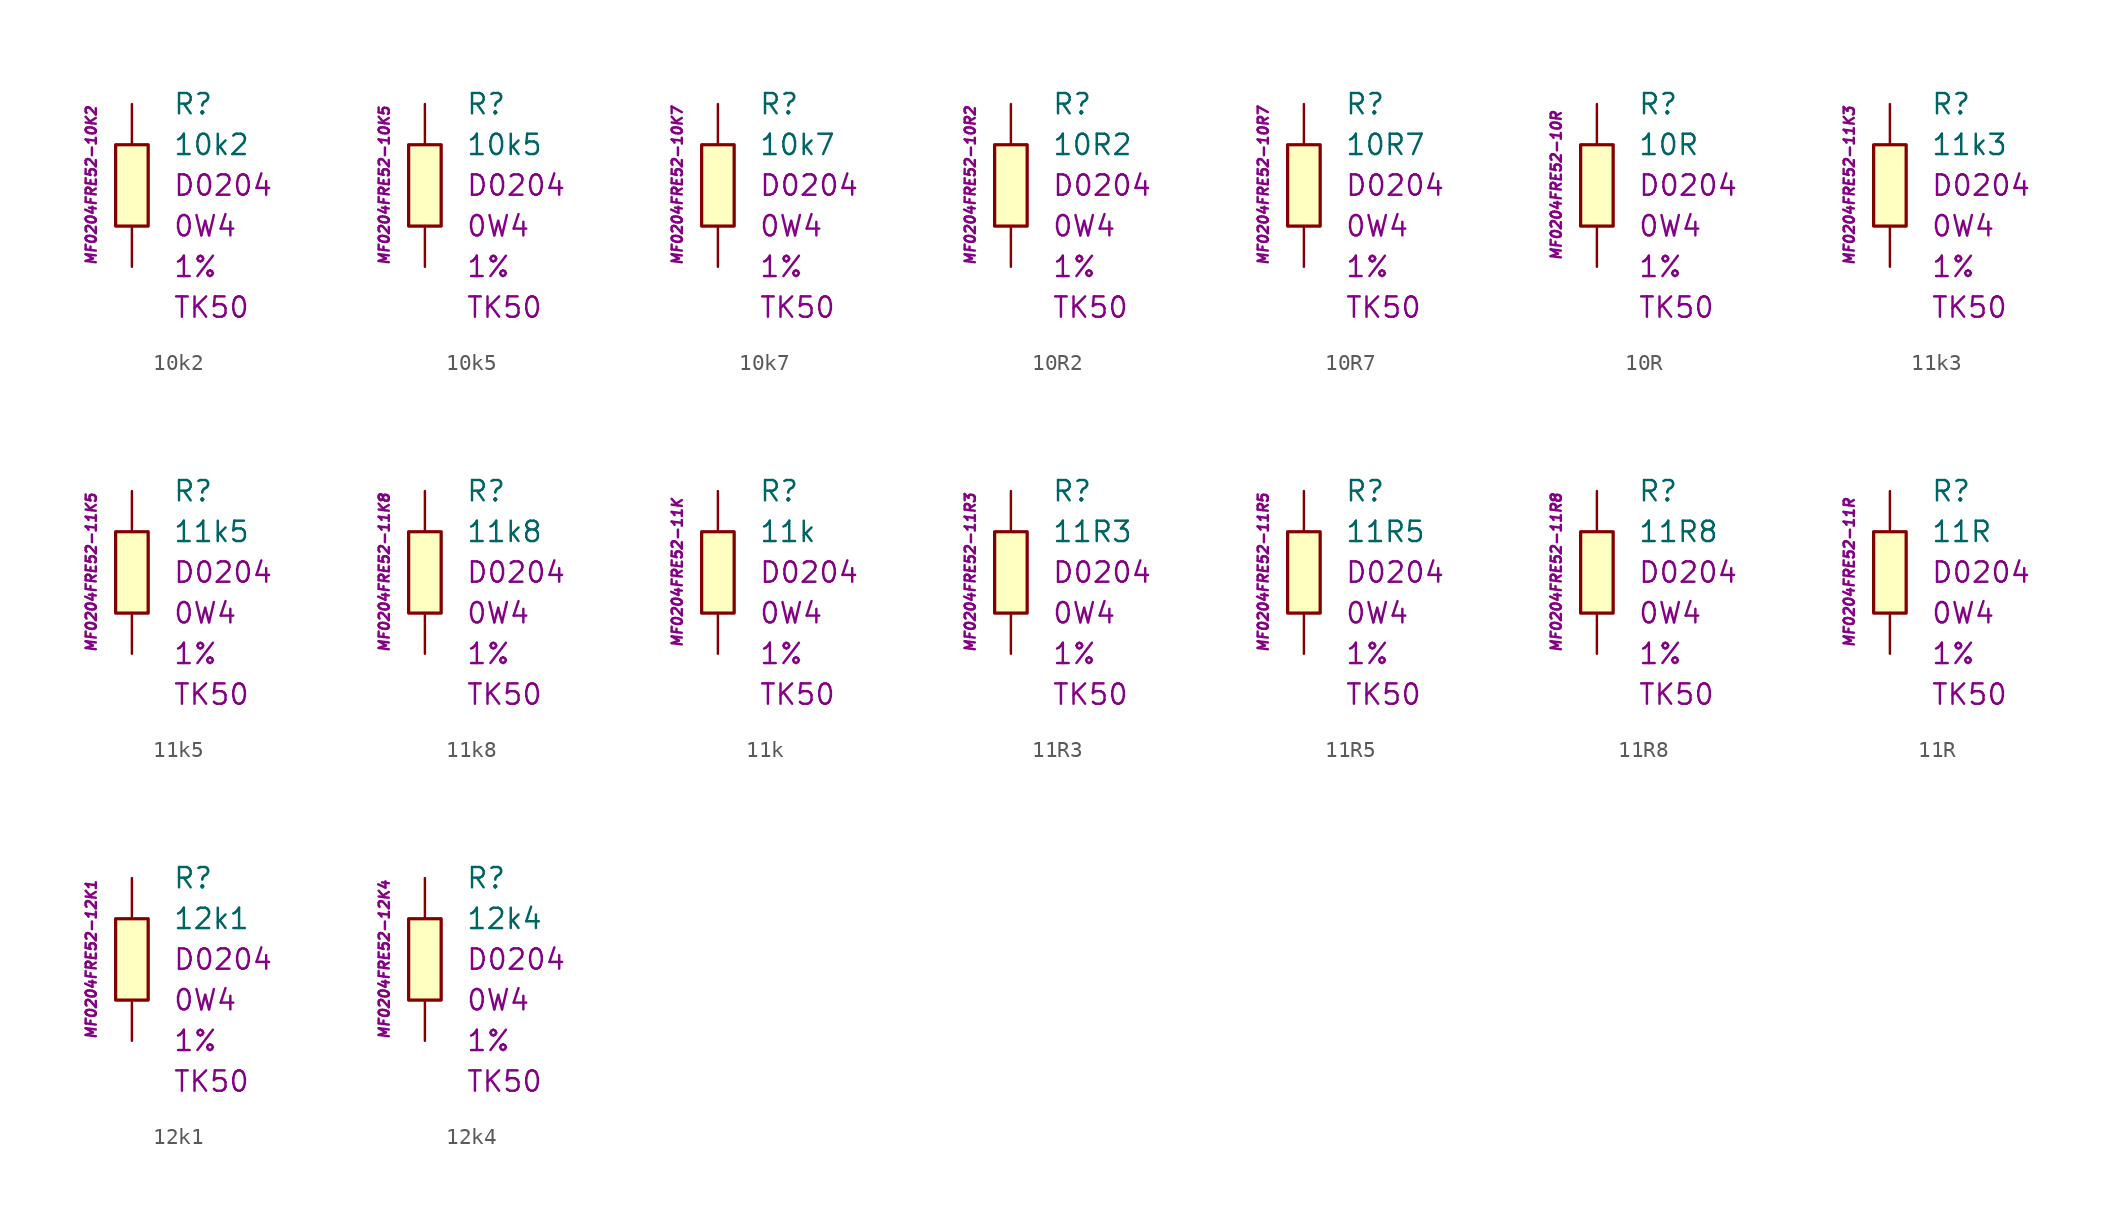
<source format=kicad_sym>
(kicad_symbol_lib
  (version 20201005)
  (generator kicad_symbol_editor)
  (symbol "10k2"
    (pin_numbers hide)
    (pin_names
      (offset 1.016) hide)
    (property "Reference" "R"
      (at 2.54 5.08 0)
      (effects (font (size 1.27 1.27)) (justify left)))
    (property "Value" "10k2"
      (at 2.54 2.54 0)
      (effects (font (size 1.27 1.27)) (justify left)))
    (property "Package" "D0204"
      (at 2.54 0 0)
      (effects (font (size 1.27 1.27)) (justify left)))
    (property "Power" "0W4"
      (at 2.54 -2.54 0)
      (effects (font (size 1.27 1.27)) (justify left)))
    (property "Tolerance" "1%"
      (at 2.54 -5.08 0)
      (effects (font (size 1.27 1.27)) (justify left)))
    (property "TK" "TK50"
      (at 2.54 -7.62 0)
      (effects (font (size 1.27 1.27)) (justify left)))
    (property "ID" "MF0204FRE52-10K2"
      (at -2.54 0 90)
      (effects (font (size 0.635 0.635) italic)))
    (symbol "10k2_0_1"
      (rectangle (start -1.016 2.54) (end 1.016 -2.54) (stroke (width 0.203)) (fill (type background))))
    (symbol "10k2_1_1"
      (pin passive line (at 0 5.08 270) (length 2.54) (name "~" (effects (font (size 1.778 1.778)))) (number "1" (effects (font (size 1.778 1.778)))))
      (pin passive line (at 0 -5.08 90) (length 2.54) (name "~" (effects (font (size 1.778 1.778)))) (number "2" (effects (font (size 1.778 1.778)))))))
  (symbol "10k5"
    (pin_numbers hide)
    (pin_names
      (offset 1.016) hide)
    (property "Reference" "R"
      (at 2.54 5.08 0)
      (effects (font (size 1.27 1.27)) (justify left)))
    (property "Value" "10k5"
      (at 2.54 2.54 0)
      (effects (font (size 1.27 1.27)) (justify left)))
    (property "Package" "D0204"
      (at 2.54 0 0)
      (effects (font (size 1.27 1.27)) (justify left)))
    (property "Power" "0W4"
      (at 2.54 -2.54 0)
      (effects (font (size 1.27 1.27)) (justify left)))
    (property "Tolerance" "1%"
      (at 2.54 -5.08 0)
      (effects (font (size 1.27 1.27)) (justify left)))
    (property "TK" "TK50"
      (at 2.54 -7.62 0)
      (effects (font (size 1.27 1.27)) (justify left)))
    (property "ID" "MF0204FRE52-10K5"
      (at -2.54 0 90)
      (effects (font (size 0.635 0.635) italic)))
    (symbol "10k5_0_1"
      (rectangle (start -1.016 2.54) (end 1.016 -2.54) (stroke (width 0.203)) (fill (type background))))
    (symbol "10k5_1_1"
      (pin passive line (at 0 5.08 270) (length 2.54) (name "~" (effects (font (size 1.778 1.778)))) (number "1" (effects (font (size 1.778 1.778)))))
      (pin passive line (at 0 -5.08 90) (length 2.54) (name "~" (effects (font (size 1.778 1.778)))) (number "2" (effects (font (size 1.778 1.778)))))))
  (symbol "10k7"
    (pin_numbers hide)
    (pin_names
      (offset 1.016) hide)
    (property "Reference" "R"
      (at 2.54 5.08 0)
      (effects (font (size 1.27 1.27)) (justify left)))
    (property "Value" "10k7"
      (at 2.54 2.54 0)
      (effects (font (size 1.27 1.27)) (justify left)))
    (property "Package" "D0204"
      (at 2.54 0 0)
      (effects (font (size 1.27 1.27)) (justify left)))
    (property "Power" "0W4"
      (at 2.54 -2.54 0)
      (effects (font (size 1.27 1.27)) (justify left)))
    (property "Tolerance" "1%"
      (at 2.54 -5.08 0)
      (effects (font (size 1.27 1.27)) (justify left)))
    (property "TK" "TK50"
      (at 2.54 -7.62 0)
      (effects (font (size 1.27 1.27)) (justify left)))
    (property "ID" "MF0204FRE52-10K7"
      (at -2.54 0 90)
      (effects (font (size 0.635 0.635) italic)))
    (symbol "10k7_0_1"
      (rectangle (start -1.016 2.54) (end 1.016 -2.54) (stroke (width 0.203)) (fill (type background))))
    (symbol "10k7_1_1"
      (pin passive line (at 0 5.08 270) (length 2.54) (name "~" (effects (font (size 1.778 1.778)))) (number "1" (effects (font (size 1.778 1.778)))))
      (pin passive line (at 0 -5.08 90) (length 2.54) (name "~" (effects (font (size 1.778 1.778)))) (number "2" (effects (font (size 1.778 1.778)))))))
  (symbol "10R2"
    (pin_numbers hide)
    (pin_names
      (offset 1.016) hide)
    (property "Reference" "R"
      (at 2.54 5.08 0)
      (effects (font (size 1.27 1.27)) (justify left)))
    (property "Value" "10R2"
      (at 2.54 2.54 0)
      (effects (font (size 1.27 1.27)) (justify left)))
    (property "Package" "D0204"
      (at 2.54 0 0)
      (effects (font (size 1.27 1.27)) (justify left)))
    (property "Power" "0W4"
      (at 2.54 -2.54 0)
      (effects (font (size 1.27 1.27)) (justify left)))
    (property "Tolerance" "1%"
      (at 2.54 -5.08 0)
      (effects (font (size 1.27 1.27)) (justify left)))
    (property "TK" "TK50"
      (at 2.54 -7.62 0)
      (effects (font (size 1.27 1.27)) (justify left)))
    (property "ID" "MF0204FRE52-10R2"
      (at -2.54 0 90)
      (effects (font (size 0.635 0.635) italic)))
    (symbol "10R2_0_1"
      (rectangle (start -1.016 2.54) (end 1.016 -2.54) (stroke (width 0.203)) (fill (type background))))
    (symbol "10R2_1_1"
      (pin passive line (at 0 5.08 270) (length 2.54) (name "~" (effects (font (size 1.778 1.778)))) (number "1" (effects (font (size 1.778 1.778)))))
      (pin passive line (at 0 -5.08 90) (length 2.54) (name "~" (effects (font (size 1.778 1.778)))) (number "2" (effects (font (size 1.778 1.778)))))))
  (symbol "10R7"
    (pin_numbers hide)
    (pin_names
      (offset 1.016) hide)
    (property "Reference" "R"
      (at 2.54 5.08 0)
      (effects (font (size 1.27 1.27)) (justify left)))
    (property "Value" "10R7"
      (at 2.54 2.54 0)
      (effects (font (size 1.27 1.27)) (justify left)))
    (property "Package" "D0204"
      (at 2.54 0 0)
      (effects (font (size 1.27 1.27)) (justify left)))
    (property "Power" "0W4"
      (at 2.54 -2.54 0)
      (effects (font (size 1.27 1.27)) (justify left)))
    (property "Tolerance" "1%"
      (at 2.54 -5.08 0)
      (effects (font (size 1.27 1.27)) (justify left)))
    (property "TK" "TK50"
      (at 2.54 -7.62 0)
      (effects (font (size 1.27 1.27)) (justify left)))
    (property "ID" "MF0204FRE52-10R7"
      (at -2.54 0 90)
      (effects (font (size 0.635 0.635) italic)))
    (symbol "10R7_0_1"
      (rectangle (start -1.016 2.54) (end 1.016 -2.54) (stroke (width 0.203)) (fill (type background))))
    (symbol "10R7_1_1"
      (pin passive line (at 0 5.08 270) (length 2.54) (name "~" (effects (font (size 1.778 1.778)))) (number "1" (effects (font (size 1.778 1.778)))))
      (pin passive line (at 0 -5.08 90) (length 2.54) (name "~" (effects (font (size 1.778 1.778)))) (number "2" (effects (font (size 1.778 1.778)))))))
  (symbol "10R"
    (pin_numbers hide)
    (pin_names
      (offset 1.016) hide)
    (property "Reference" "R"
      (at 2.54 5.08 0)
      (effects (font (size 1.27 1.27)) (justify left)))
    (property "Value" "10R"
      (at 2.54 2.54 0)
      (effects (font (size 1.27 1.27)) (justify left)))
    (property "Package" "D0204"
      (at 2.54 0 0)
      (effects (font (size 1.27 1.27)) (justify left)))
    (property "Power" "0W4"
      (at 2.54 -2.54 0)
      (effects (font (size 1.27 1.27)) (justify left)))
    (property "Tolerance" "1%"
      (at 2.54 -5.08 0)
      (effects (font (size 1.27 1.27)) (justify left)))
    (property "TK" "TK50"
      (at 2.54 -7.62 0)
      (effects (font (size 1.27 1.27)) (justify left)))
    (property "ID" "MF0204FRE52-10R"
      (at -2.54 0 90)
      (effects (font (size 0.635 0.635) italic)))
    (symbol "10R_0_1"
      (rectangle (start -1.016 2.54) (end 1.016 -2.54) (stroke (width 0.203)) (fill (type background))))
    (symbol "10R_1_1"
      (pin passive line (at 0 5.08 270) (length 2.54) (name "~" (effects (font (size 1.778 1.778)))) (number "1" (effects (font (size 1.778 1.778)))))
      (pin passive line (at 0 -5.08 90) (length 2.54) (name "~" (effects (font (size 1.778 1.778)))) (number "2" (effects (font (size 1.778 1.778)))))))
  (symbol "11k3"
    (pin_numbers hide)
    (pin_names
      (offset 1.016) hide)
    (property "Reference" "R"
      (at 2.54 5.08 0)
      (effects (font (size 1.27 1.27)) (justify left)))
    (property "Value" "11k3"
      (at 2.54 2.54 0)
      (effects (font (size 1.27 1.27)) (justify left)))
    (property "Package" "D0204"
      (at 2.54 0 0)
      (effects (font (size 1.27 1.27)) (justify left)))
    (property "Power" "0W4"
      (at 2.54 -2.54 0)
      (effects (font (size 1.27 1.27)) (justify left)))
    (property "Tolerance" "1%"
      (at 2.54 -5.08 0)
      (effects (font (size 1.27 1.27)) (justify left)))
    (property "TK" "TK50"
      (at 2.54 -7.62 0)
      (effects (font (size 1.27 1.27)) (justify left)))
    (property "ID" "MF0204FRE52-11K3"
      (at -2.54 0 90)
      (effects (font (size 0.635 0.635) italic)))
    (symbol "11k3_0_1"
      (rectangle (start -1.016 2.54) (end 1.016 -2.54) (stroke (width 0.203)) (fill (type background))))
    (symbol "11k3_1_1"
      (pin passive line (at 0 5.08 270) (length 2.54) (name "~" (effects (font (size 1.778 1.778)))) (number "1" (effects (font (size 1.778 1.778)))))
      (pin passive line (at 0 -5.08 90) (length 2.54) (name "~" (effects (font (size 1.778 1.778)))) (number "2" (effects (font (size 1.778 1.778)))))))
  (symbol "11k5"
    (pin_numbers hide)
    (pin_names
      (offset 1.016) hide)
    (property "Reference" "R"
      (at 2.54 5.08 0)
      (effects (font (size 1.27 1.27)) (justify left)))
    (property "Value" "11k5"
      (at 2.54 2.54 0)
      (effects (font (size 1.27 1.27)) (justify left)))
    (property "Package" "D0204"
      (at 2.54 0 0)
      (effects (font (size 1.27 1.27)) (justify left)))
    (property "Power" "0W4"
      (at 2.54 -2.54 0)
      (effects (font (size 1.27 1.27)) (justify left)))
    (property "Tolerance" "1%"
      (at 2.54 -5.08 0)
      (effects (font (size 1.27 1.27)) (justify left)))
    (property "TK" "TK50"
      (at 2.54 -7.62 0)
      (effects (font (size 1.27 1.27)) (justify left)))
    (property "ID" "MF0204FRE52-11K5"
      (at -2.54 0 90)
      (effects (font (size 0.635 0.635) italic)))
    (symbol "11k5_0_1"
      (rectangle (start -1.016 2.54) (end 1.016 -2.54) (stroke (width 0.203)) (fill (type background))))
    (symbol "11k5_1_1"
      (pin passive line (at 0 5.08 270) (length 2.54) (name "~" (effects (font (size 1.778 1.778)))) (number "1" (effects (font (size 1.778 1.778)))))
      (pin passive line (at 0 -5.08 90) (length 2.54) (name "~" (effects (font (size 1.778 1.778)))) (number "2" (effects (font (size 1.778 1.778)))))))
  (symbol "11k8"
    (pin_numbers hide)
    (pin_names
      (offset 1.016) hide)
    (property "Reference" "R"
      (at 2.54 5.08 0)
      (effects (font (size 1.27 1.27)) (justify left)))
    (property "Value" "11k8"
      (at 2.54 2.54 0)
      (effects (font (size 1.27 1.27)) (justify left)))
    (property "Package" "D0204"
      (at 2.54 0 0)
      (effects (font (size 1.27 1.27)) (justify left)))
    (property "Power" "0W4"
      (at 2.54 -2.54 0)
      (effects (font (size 1.27 1.27)) (justify left)))
    (property "Tolerance" "1%"
      (at 2.54 -5.08 0)
      (effects (font (size 1.27 1.27)) (justify left)))
    (property "TK" "TK50"
      (at 2.54 -7.62 0)
      (effects (font (size 1.27 1.27)) (justify left)))
    (property "ID" "MF0204FRE52-11K8"
      (at -2.54 0 90)
      (effects (font (size 0.635 0.635) italic)))
    (symbol "11k8_0_1"
      (rectangle (start -1.016 2.54) (end 1.016 -2.54) (stroke (width 0.203)) (fill (type background))))
    (symbol "11k8_1_1"
      (pin passive line (at 0 5.08 270) (length 2.54) (name "~" (effects (font (size 1.778 1.778)))) (number "1" (effects (font (size 1.778 1.778)))))
      (pin passive line (at 0 -5.08 90) (length 2.54) (name "~" (effects (font (size 1.778 1.778)))) (number "2" (effects (font (size 1.778 1.778)))))))
  (symbol "11k"
    (pin_numbers hide)
    (pin_names
      (offset 1.016) hide)
    (property "Reference" "R"
      (at 2.54 5.08 0)
      (effects (font (size 1.27 1.27)) (justify left)))
    (property "Value" "11k"
      (at 2.54 2.54 0)
      (effects (font (size 1.27 1.27)) (justify left)))
    (property "Package" "D0204"
      (at 2.54 0 0)
      (effects (font (size 1.27 1.27)) (justify left)))
    (property "Power" "0W4"
      (at 2.54 -2.54 0)
      (effects (font (size 1.27 1.27)) (justify left)))
    (property "Tolerance" "1%"
      (at 2.54 -5.08 0)
      (effects (font (size 1.27 1.27)) (justify left)))
    (property "TK" "TK50"
      (at 2.54 -7.62 0)
      (effects (font (size 1.27 1.27)) (justify left)))
    (property "ID" "MF0204FRE52-11K"
      (at -2.54 0 90)
      (effects (font (size 0.635 0.635) italic)))
    (symbol "11k_0_1"
      (rectangle (start -1.016 2.54) (end 1.016 -2.54) (stroke (width 0.203)) (fill (type background))))
    (symbol "11k_1_1"
      (pin passive line (at 0 5.08 270) (length 2.54) (name "~" (effects (font (size 1.778 1.778)))) (number "1" (effects (font (size 1.778 1.778)))))
      (pin passive line (at 0 -5.08 90) (length 2.54) (name "~" (effects (font (size 1.778 1.778)))) (number "2" (effects (font (size 1.778 1.778)))))))
  (symbol "11R3"
    (pin_numbers hide)
    (pin_names
      (offset 1.016) hide)
    (property "Reference" "R"
      (at 2.54 5.08 0)
      (effects (font (size 1.27 1.27)) (justify left)))
    (property "Value" "11R3"
      (at 2.54 2.54 0)
      (effects (font (size 1.27 1.27)) (justify left)))
    (property "Package" "D0204"
      (at 2.54 0 0)
      (effects (font (size 1.27 1.27)) (justify left)))
    (property "Power" "0W4"
      (at 2.54 -2.54 0)
      (effects (font (size 1.27 1.27)) (justify left)))
    (property "Tolerance" "1%"
      (at 2.54 -5.08 0)
      (effects (font (size 1.27 1.27)) (justify left)))
    (property "TK" "TK50"
      (at 2.54 -7.62 0)
      (effects (font (size 1.27 1.27)) (justify left)))
    (property "ID" "MF0204FRE52-11R3"
      (at -2.54 0 90)
      (effects (font (size 0.635 0.635) italic)))
    (symbol "11R3_0_1"
      (rectangle (start -1.016 2.54) (end 1.016 -2.54) (stroke (width 0.203)) (fill (type background))))
    (symbol "11R3_1_1"
      (pin passive line (at 0 5.08 270) (length 2.54) (name "~" (effects (font (size 1.778 1.778)))) (number "1" (effects (font (size 1.778 1.778)))))
      (pin passive line (at 0 -5.08 90) (length 2.54) (name "~" (effects (font (size 1.778 1.778)))) (number "2" (effects (font (size 1.778 1.778)))))))
  (symbol "11R5"
    (pin_numbers hide)
    (pin_names
      (offset 1.016) hide)
    (property "Reference" "R"
      (at 2.54 5.08 0)
      (effects (font (size 1.27 1.27)) (justify left)))
    (property "Value" "11R5"
      (at 2.54 2.54 0)
      (effects (font (size 1.27 1.27)) (justify left)))
    (property "Package" "D0204"
      (at 2.54 0 0)
      (effects (font (size 1.27 1.27)) (justify left)))
    (property "Power" "0W4"
      (at 2.54 -2.54 0)
      (effects (font (size 1.27 1.27)) (justify left)))
    (property "Tolerance" "1%"
      (at 2.54 -5.08 0)
      (effects (font (size 1.27 1.27)) (justify left)))
    (property "TK" "TK50"
      (at 2.54 -7.62 0)
      (effects (font (size 1.27 1.27)) (justify left)))
    (property "ID" "MF0204FRE52-11R5"
      (at -2.54 0 90)
      (effects (font (size 0.635 0.635) italic)))
    (symbol "11R5_0_1"
      (rectangle (start -1.016 2.54) (end 1.016 -2.54) (stroke (width 0.203)) (fill (type background))))
    (symbol "11R5_1_1"
      (pin passive line (at 0 5.08 270) (length 2.54) (name "~" (effects (font (size 1.778 1.778)))) (number "1" (effects (font (size 1.778 1.778)))))
      (pin passive line (at 0 -5.08 90) (length 2.54) (name "~" (effects (font (size 1.778 1.778)))) (number "2" (effects (font (size 1.778 1.778)))))))
  (symbol "11R8"
    (pin_numbers hide)
    (pin_names
      (offset 1.016) hide)
    (property "Reference" "R"
      (at 2.54 5.08 0)
      (effects (font (size 1.27 1.27)) (justify left)))
    (property "Value" "11R8"
      (at 2.54 2.54 0)
      (effects (font (size 1.27 1.27)) (justify left)))
    (property "Package" "D0204"
      (at 2.54 0 0)
      (effects (font (size 1.27 1.27)) (justify left)))
    (property "Power" "0W4"
      (at 2.54 -2.54 0)
      (effects (font (size 1.27 1.27)) (justify left)))
    (property "Tolerance" "1%"
      (at 2.54 -5.08 0)
      (effects (font (size 1.27 1.27)) (justify left)))
    (property "TK" "TK50"
      (at 2.54 -7.62 0)
      (effects (font (size 1.27 1.27)) (justify left)))
    (property "ID" "MF0204FRE52-11R8"
      (at -2.54 0 90)
      (effects (font (size 0.635 0.635) italic)))
    (symbol "11R8_0_1"
      (rectangle (start -1.016 2.54) (end 1.016 -2.54) (stroke (width 0.203)) (fill (type background))))
    (symbol "11R8_1_1"
      (pin passive line (at 0 5.08 270) (length 2.54) (name "~" (effects (font (size 1.778 1.778)))) (number "1" (effects (font (size 1.778 1.778)))))
      (pin passive line (at 0 -5.08 90) (length 2.54) (name "~" (effects (font (size 1.778 1.778)))) (number "2" (effects (font (size 1.778 1.778)))))))
  (symbol "11R"
    (pin_numbers hide)
    (pin_names
      (offset 1.016) hide)
    (property "Reference" "R"
      (at 2.54 5.08 0)
      (effects (font (size 1.27 1.27)) (justify left)))
    (property "Value" "11R"
      (at 2.54 2.54 0)
      (effects (font (size 1.27 1.27)) (justify left)))
    (property "Package" "D0204"
      (at 2.54 0 0)
      (effects (font (size 1.27 1.27)) (justify left)))
    (property "Power" "0W4"
      (at 2.54 -2.54 0)
      (effects (font (size 1.27 1.27)) (justify left)))
    (property "Tolerance" "1%"
      (at 2.54 -5.08 0)
      (effects (font (size 1.27 1.27)) (justify left)))
    (property "TK" "TK50"
      (at 2.54 -7.62 0)
      (effects (font (size 1.27 1.27)) (justify left)))
    (property "ID" "MF0204FRE52-11R"
      (at -2.54 0 90)
      (effects (font (size 0.635 0.635) italic)))
    (symbol "11R_0_1"
      (rectangle (start -1.016 2.54) (end 1.016 -2.54) (stroke (width 0.203)) (fill (type background))))
    (symbol "11R_1_1"
      (pin passive line (at 0 5.08 270) (length 2.54) (name "~" (effects (font (size 1.778 1.778)))) (number "1" (effects (font (size 1.778 1.778)))))
      (pin passive line (at 0 -5.08 90) (length 2.54) (name "~" (effects (font (size 1.778 1.778)))) (number "2" (effects (font (size 1.778 1.778)))))))
  (symbol "12k1"
    (pin_numbers hide)
    (pin_names
      (offset 1.016) hide)
    (property "Reference" "R"
      (at 2.54 5.08 0)
      (effects (font (size 1.27 1.27)) (justify left)))
    (property "Value" "12k1"
      (at 2.54 2.54 0)
      (effects (font (size 1.27 1.27)) (justify left)))
    (property "Package" "D0204"
      (at 2.54 0 0)
      (effects (font (size 1.27 1.27)) (justify left)))
    (property "Power" "0W4"
      (at 2.54 -2.54 0)
      (effects (font (size 1.27 1.27)) (justify left)))
    (property "Tolerance" "1%"
      (at 2.54 -5.08 0)
      (effects (font (size 1.27 1.27)) (justify left)))
    (property "TK" "TK50"
      (at 2.54 -7.62 0)
      (effects (font (size 1.27 1.27)) (justify left)))
    (property "ID" "MF0204FRE52-12K1"
      (at -2.54 0 90)
      (effects (font (size 0.635 0.635) italic)))
    (symbol "12k1_0_1"
      (rectangle (start -1.016 2.54) (end 1.016 -2.54) (stroke (width 0.203)) (fill (type background))))
    (symbol "12k1_1_1"
      (pin passive line (at 0 5.08 270) (length 2.54) (name "~" (effects (font (size 1.778 1.778)))) (number "1" (effects (font (size 1.778 1.778)))))
      (pin passive line (at 0 -5.08 90) (length 2.54) (name "~" (effects (font (size 1.778 1.778)))) (number "2" (effects (font (size 1.778 1.778)))))))
  (symbol "12k4"
    (pin_numbers hide)
    (pin_names
      (offset 1.016) hide)
    (property "Reference" "R"
      (at 2.54 5.08 0)
      (effects (font (size 1.27 1.27)) (justify left)))
    (property "Value" "12k4"
      (at 2.54 2.54 0)
      (effects (font (size 1.27 1.27)) (justify left)))
    (property "Package" "D0204"
      (at 2.54 0 0)
      (effects (font (size 1.27 1.27)) (justify left)))
    (property "Power" "0W4"
      (at 2.54 -2.54 0)
      (effects (font (size 1.27 1.27)) (justify left)))
    (property "Tolerance" "1%"
      (at 2.54 -5.08 0)
      (effects (font (size 1.27 1.27)) (justify left)))
    (property "TK" "TK50"
      (at 2.54 -7.62 0)
      (effects (font (size 1.27 1.27)) (justify left)))
    (property "ID" "MF0204FRE52-12K4"
      (at -2.54 0 90)
      (effects (font (size 0.635 0.635) italic)))
    (symbol "12k4_0_1"
      (rectangle (start -1.016 2.54) (end 1.016 -2.54) (stroke (width 0.203)) (fill (type background))))
    (symbol "12k4_1_1"
      (pin passive line (at 0 5.08 270) (length 2.54) (name "~" (effects (font (size 1.778 1.778)))) (number "1" (effects (font (size 1.778 1.778)))))
      (pin passive line (at 0 -5.08 90) (length 2.54) (name "~" (effects (font (size 1.778 1.778)))) (number "2" (effects (font (size 1.778 1.778))))))))
</source>
